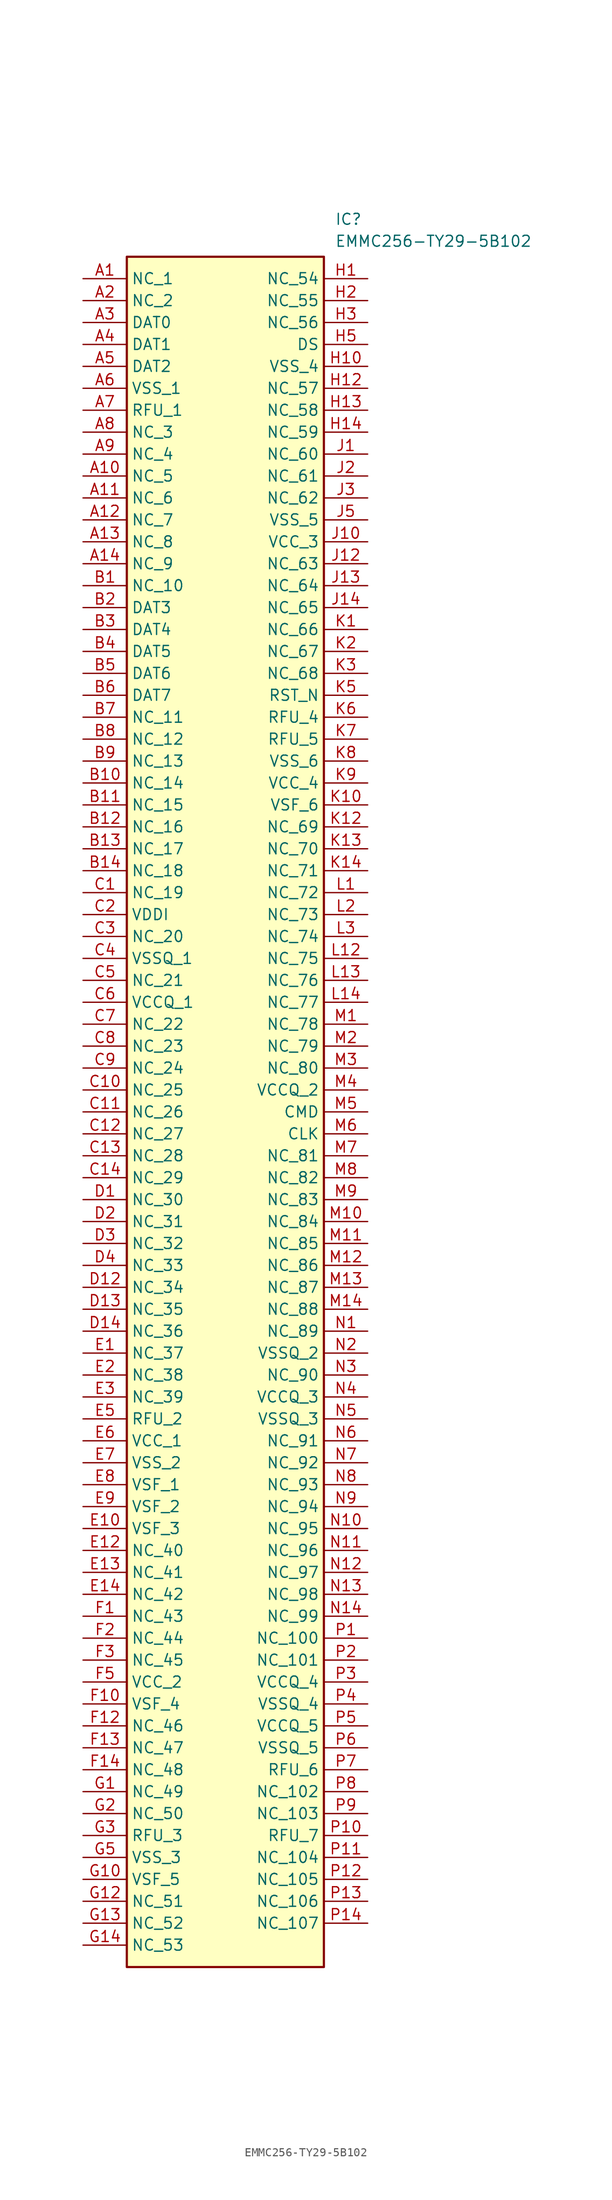
<source format=kicad_sym>
(kicad_symbol_lib
  (version 20211014)
  (generator SamacSys_ECAD_Model)
  (symbol "EMMC256-TY29-5B102"
    (property "Reference" "IC"
      (at 29.21 7.62 0)
      (effects (font (size 1.27 1.27)) (justify left top)))
    (property "Value" "EMMC256-TY29-5B102"
      (at 29.21 5.08 0)
      (effects (font (size 1.27 1.27)) (justify left top)))
    (rectangle
      (start 5.08 2.54)
      (end 27.94 -195.58)
      (stroke (width 0.254) (type default))
      (fill (type background)))
    (pin passive line
      (at 0 0 0)
      (length 5.08)
      (name "NC_1" (effects (font (size 1.27 1.27))))
      (number "A1" (effects (font (size 1.27 1.27)))))
    (pin passive line
      (at 0 -2.54 0)
      (length 5.08)
      (name "NC_2" (effects (font (size 1.27 1.27))))
      (number "A2" (effects (font (size 1.27 1.27)))))
    (pin passive line
      (at 0 -5.08 0)
      (length 5.08)
      (name "DAT0" (effects (font (size 1.27 1.27))))
      (number "A3" (effects (font (size 1.27 1.27)))))
    (pin passive line
      (at 0 -7.62 0)
      (length 5.08)
      (name "DAT1" (effects (font (size 1.27 1.27))))
      (number "A4" (effects (font (size 1.27 1.27)))))
    (pin passive line
      (at 0 -10.16 0)
      (length 5.08)
      (name "DAT2" (effects (font (size 1.27 1.27))))
      (number "A5" (effects (font (size 1.27 1.27)))))
    (pin passive line
      (at 0 -12.7 0)
      (length 5.08)
      (name "VSS_1" (effects (font (size 1.27 1.27))))
      (number "A6" (effects (font (size 1.27 1.27)))))
    (pin passive line
      (at 0 -15.24 0)
      (length 5.08)
      (name "RFU_1" (effects (font (size 1.27 1.27))))
      (number "A7" (effects (font (size 1.27 1.27)))))
    (pin passive line
      (at 0 -17.78 0)
      (length 5.08)
      (name "NC_3" (effects (font (size 1.27 1.27))))
      (number "A8" (effects (font (size 1.27 1.27)))))
    (pin passive line
      (at 0 -20.32 0)
      (length 5.08)
      (name "NC_4" (effects (font (size 1.27 1.27))))
      (number "A9" (effects (font (size 1.27 1.27)))))
    (pin passive line
      (at 0 -22.86 0)
      (length 5.08)
      (name "NC_5" (effects (font (size 1.27 1.27))))
      (number "A10" (effects (font (size 1.27 1.27)))))
    (pin passive line
      (at 0 -25.4 0)
      (length 5.08)
      (name "NC_6" (effects (font (size 1.27 1.27))))
      (number "A11" (effects (font (size 1.27 1.27)))))
    (pin passive line
      (at 0 -27.94 0)
      (length 5.08)
      (name "NC_7" (effects (font (size 1.27 1.27))))
      (number "A12" (effects (font (size 1.27 1.27)))))
    (pin passive line
      (at 0 -30.48 0)
      (length 5.08)
      (name "NC_8" (effects (font (size 1.27 1.27))))
      (number "A13" (effects (font (size 1.27 1.27)))))
    (pin passive line
      (at 0 -33.02 0)
      (length 5.08)
      (name "NC_9" (effects (font (size 1.27 1.27))))
      (number "A14" (effects (font (size 1.27 1.27)))))
    (pin passive line
      (at 0 -35.56 0)
      (length 5.08)
      (name "NC_10" (effects (font (size 1.27 1.27))))
      (number "B1" (effects (font (size 1.27 1.27)))))
    (pin passive line
      (at 0 -38.1 0)
      (length 5.08)
      (name "DAT3" (effects (font (size 1.27 1.27))))
      (number "B2" (effects (font (size 1.27 1.27)))))
    (pin passive line
      (at 0 -40.64 0)
      (length 5.08)
      (name "DAT4" (effects (font (size 1.27 1.27))))
      (number "B3" (effects (font (size 1.27 1.27)))))
    (pin passive line
      (at 0 -43.18 0)
      (length 5.08)
      (name "DAT5" (effects (font (size 1.27 1.27))))
      (number "B4" (effects (font (size 1.27 1.27)))))
    (pin passive line
      (at 0 -45.72 0)
      (length 5.08)
      (name "DAT6" (effects (font (size 1.27 1.27))))
      (number "B5" (effects (font (size 1.27 1.27)))))
    (pin passive line
      (at 0 -48.26 0)
      (length 5.08)
      (name "DAT7" (effects (font (size 1.27 1.27))))
      (number "B6" (effects (font (size 1.27 1.27)))))
    (pin passive line
      (at 0 -50.8 0)
      (length 5.08)
      (name "NC_11" (effects (font (size 1.27 1.27))))
      (number "B7" (effects (font (size 1.27 1.27)))))
    (pin passive line
      (at 0 -53.34 0)
      (length 5.08)
      (name "NC_12" (effects (font (size 1.27 1.27))))
      (number "B8" (effects (font (size 1.27 1.27)))))
    (pin passive line
      (at 0 -55.88 0)
      (length 5.08)
      (name "NC_13" (effects (font (size 1.27 1.27))))
      (number "B9" (effects (font (size 1.27 1.27)))))
    (pin passive line
      (at 0 -58.42 0)
      (length 5.08)
      (name "NC_14" (effects (font (size 1.27 1.27))))
      (number "B10" (effects (font (size 1.27 1.27)))))
    (pin passive line
      (at 0 -60.96 0)
      (length 5.08)
      (name "NC_15" (effects (font (size 1.27 1.27))))
      (number "B11" (effects (font (size 1.27 1.27)))))
    (pin passive line
      (at 0 -63.5 0)
      (length 5.08)
      (name "NC_16" (effects (font (size 1.27 1.27))))
      (number "B12" (effects (font (size 1.27 1.27)))))
    (pin passive line
      (at 0 -66.04 0)
      (length 5.08)
      (name "NC_17" (effects (font (size 1.27 1.27))))
      (number "B13" (effects (font (size 1.27 1.27)))))
    (pin passive line
      (at 0 -68.58 0)
      (length 5.08)
      (name "NC_18" (effects (font (size 1.27 1.27))))
      (number "B14" (effects (font (size 1.27 1.27)))))
    (pin passive line
      (at 0 -71.12 0)
      (length 5.08)
      (name "NC_19" (effects (font (size 1.27 1.27))))
      (number "C1" (effects (font (size 1.27 1.27)))))
    (pin passive line
      (at 0 -73.66 0)
      (length 5.08)
      (name "VDDI" (effects (font (size 1.27 1.27))))
      (number "C2" (effects (font (size 1.27 1.27)))))
    (pin passive line
      (at 0 -76.2 0)
      (length 5.08)
      (name "NC_20" (effects (font (size 1.27 1.27))))
      (number "C3" (effects (font (size 1.27 1.27)))))
    (pin passive line
      (at 0 -78.74 0)
      (length 5.08)
      (name "VSSQ_1" (effects (font (size 1.27 1.27))))
      (number "C4" (effects (font (size 1.27 1.27)))))
    (pin passive line
      (at 0 -81.28 0)
      (length 5.08)
      (name "NC_21" (effects (font (size 1.27 1.27))))
      (number "C5" (effects (font (size 1.27 1.27)))))
    (pin passive line
      (at 0 -83.82 0)
      (length 5.08)
      (name "VCCQ_1" (effects (font (size 1.27 1.27))))
      (number "C6" (effects (font (size 1.27 1.27)))))
    (pin passive line
      (at 0 -86.36 0)
      (length 5.08)
      (name "NC_22" (effects (font (size 1.27 1.27))))
      (number "C7" (effects (font (size 1.27 1.27)))))
    (pin passive line
      (at 0 -88.9 0)
      (length 5.08)
      (name "NC_23" (effects (font (size 1.27 1.27))))
      (number "C8" (effects (font (size 1.27 1.27)))))
    (pin passive line
      (at 0 -91.44 0)
      (length 5.08)
      (name "NC_24" (effects (font (size 1.27 1.27))))
      (number "C9" (effects (font (size 1.27 1.27)))))
    (pin passive line
      (at 0 -93.98 0)
      (length 5.08)
      (name "NC_25" (effects (font (size 1.27 1.27))))
      (number "C10" (effects (font (size 1.27 1.27)))))
    (pin passive line
      (at 0 -96.52 0)
      (length 5.08)
      (name "NC_26" (effects (font (size 1.27 1.27))))
      (number "C11" (effects (font (size 1.27 1.27)))))
    (pin passive line
      (at 0 -99.06 0)
      (length 5.08)
      (name "NC_27" (effects (font (size 1.27 1.27))))
      (number "C12" (effects (font (size 1.27 1.27)))))
    (pin passive line
      (at 0 -101.6 0)
      (length 5.08)
      (name "NC_28" (effects (font (size 1.27 1.27))))
      (number "C13" (effects (font (size 1.27 1.27)))))
    (pin passive line
      (at 0 -104.14 0)
      (length 5.08)
      (name "NC_29" (effects (font (size 1.27 1.27))))
      (number "C14" (effects (font (size 1.27 1.27)))))
    (pin passive line
      (at 0 -106.68 0)
      (length 5.08)
      (name "NC_30" (effects (font (size 1.27 1.27))))
      (number "D1" (effects (font (size 1.27 1.27)))))
    (pin passive line
      (at 0 -109.22 0)
      (length 5.08)
      (name "NC_31" (effects (font (size 1.27 1.27))))
      (number "D2" (effects (font (size 1.27 1.27)))))
    (pin passive line
      (at 0 -111.76 0)
      (length 5.08)
      (name "NC_32" (effects (font (size 1.27 1.27))))
      (number "D3" (effects (font (size 1.27 1.27)))))
    (pin passive line
      (at 0 -114.3 0)
      (length 5.08)
      (name "NC_33" (effects (font (size 1.27 1.27))))
      (number "D4" (effects (font (size 1.27 1.27)))))
    (pin passive line
      (at 0 -116.84 0)
      (length 5.08)
      (name "NC_34" (effects (font (size 1.27 1.27))))
      (number "D12" (effects (font (size 1.27 1.27)))))
    (pin passive line
      (at 0 -119.38 0)
      (length 5.08)
      (name "NC_35" (effects (font (size 1.27 1.27))))
      (number "D13" (effects (font (size 1.27 1.27)))))
    (pin passive line
      (at 0 -121.92 0)
      (length 5.08)
      (name "NC_36" (effects (font (size 1.27 1.27))))
      (number "D14" (effects (font (size 1.27 1.27)))))
    (pin passive line
      (at 0 -124.46 0)
      (length 5.08)
      (name "NC_37" (effects (font (size 1.27 1.27))))
      (number "E1" (effects (font (size 1.27 1.27)))))
    (pin passive line
      (at 0 -127 0)
      (length 5.08)
      (name "NC_38" (effects (font (size 1.27 1.27))))
      (number "E2" (effects (font (size 1.27 1.27)))))
    (pin passive line
      (at 0 -129.54 0)
      (length 5.08)
      (name "NC_39" (effects (font (size 1.27 1.27))))
      (number "E3" (effects (font (size 1.27 1.27)))))
    (pin passive line
      (at 0 -132.08 0)
      (length 5.08)
      (name "RFU_2" (effects (font (size 1.27 1.27))))
      (number "E5" (effects (font (size 1.27 1.27)))))
    (pin passive line
      (at 0 -134.62 0)
      (length 5.08)
      (name "VCC_1" (effects (font (size 1.27 1.27))))
      (number "E6" (effects (font (size 1.27 1.27)))))
    (pin passive line
      (at 0 -137.16 0)
      (length 5.08)
      (name "VSS_2" (effects (font (size 1.27 1.27))))
      (number "E7" (effects (font (size 1.27 1.27)))))
    (pin passive line
      (at 0 -139.7 0)
      (length 5.08)
      (name "VSF_1" (effects (font (size 1.27 1.27))))
      (number "E8" (effects (font (size 1.27 1.27)))))
    (pin passive line
      (at 0 -142.24 0)
      (length 5.08)
      (name "VSF_2" (effects (font (size 1.27 1.27))))
      (number "E9" (effects (font (size 1.27 1.27)))))
    (pin passive line
      (at 0 -144.78 0)
      (length 5.08)
      (name "VSF_3" (effects (font (size 1.27 1.27))))
      (number "E10" (effects (font (size 1.27 1.27)))))
    (pin passive line
      (at 0 -147.32 0)
      (length 5.08)
      (name "NC_40" (effects (font (size 1.27 1.27))))
      (number "E12" (effects (font (size 1.27 1.27)))))
    (pin passive line
      (at 0 -149.86 0)
      (length 5.08)
      (name "NC_41" (effects (font (size 1.27 1.27))))
      (number "E13" (effects (font (size 1.27 1.27)))))
    (pin passive line
      (at 0 -152.4 0)
      (length 5.08)
      (name "NC_42" (effects (font (size 1.27 1.27))))
      (number "E14" (effects (font (size 1.27 1.27)))))
    (pin passive line
      (at 0 -154.94 0)
      (length 5.08)
      (name "NC_43" (effects (font (size 1.27 1.27))))
      (number "F1" (effects (font (size 1.27 1.27)))))
    (pin passive line
      (at 0 -157.48 0)
      (length 5.08)
      (name "NC_44" (effects (font (size 1.27 1.27))))
      (number "F2" (effects (font (size 1.27 1.27)))))
    (pin passive line
      (at 0 -160.02 0)
      (length 5.08)
      (name "NC_45" (effects (font (size 1.27 1.27))))
      (number "F3" (effects (font (size 1.27 1.27)))))
    (pin passive line
      (at 0 -162.56 0)
      (length 5.08)
      (name "VCC_2" (effects (font (size 1.27 1.27))))
      (number "F5" (effects (font (size 1.27 1.27)))))
    (pin passive line
      (at 0 -165.1 0)
      (length 5.08)
      (name "VSF_4" (effects (font (size 1.27 1.27))))
      (number "F10" (effects (font (size 1.27 1.27)))))
    (pin passive line
      (at 0 -167.64 0)
      (length 5.08)
      (name "NC_46" (effects (font (size 1.27 1.27))))
      (number "F12" (effects (font (size 1.27 1.27)))))
    (pin passive line
      (at 0 -170.18 0)
      (length 5.08)
      (name "NC_47" (effects (font (size 1.27 1.27))))
      (number "F13" (effects (font (size 1.27 1.27)))))
    (pin passive line
      (at 0 -172.72 0)
      (length 5.08)
      (name "NC_48" (effects (font (size 1.27 1.27))))
      (number "F14" (effects (font (size 1.27 1.27)))))
    (pin passive line
      (at 0 -175.26 0)
      (length 5.08)
      (name "NC_49" (effects (font (size 1.27 1.27))))
      (number "G1" (effects (font (size 1.27 1.27)))))
    (pin passive line
      (at 0 -177.8 0)
      (length 5.08)
      (name "NC_50" (effects (font (size 1.27 1.27))))
      (number "G2" (effects (font (size 1.27 1.27)))))
    (pin passive line
      (at 0 -180.34 0)
      (length 5.08)
      (name "RFU_3" (effects (font (size 1.27 1.27))))
      (number "G3" (effects (font (size 1.27 1.27)))))
    (pin passive line
      (at 0 -182.88 0)
      (length 5.08)
      (name "VSS_3" (effects (font (size 1.27 1.27))))
      (number "G5" (effects (font (size 1.27 1.27)))))
    (pin passive line
      (at 0 -185.42 0)
      (length 5.08)
      (name "VSF_5" (effects (font (size 1.27 1.27))))
      (number "G10" (effects (font (size 1.27 1.27)))))
    (pin passive line
      (at 0 -187.96 0)
      (length 5.08)
      (name "NC_51" (effects (font (size 1.27 1.27))))
      (number "G12" (effects (font (size 1.27 1.27)))))
    (pin passive line
      (at 0 -190.5 0)
      (length 5.08)
      (name "NC_52" (effects (font (size 1.27 1.27))))
      (number "G13" (effects (font (size 1.27 1.27)))))
    (pin passive line
      (at 0 -193.04 0)
      (length 5.08)
      (name "NC_53" (effects (font (size 1.27 1.27))))
      (number "G14" (effects (font (size 1.27 1.27)))))
    (pin passive line
      (at 33.02 0 180)
      (length 5.08)
      (name "NC_54" (effects (font (size 1.27 1.27))))
      (number "H1" (effects (font (size 1.27 1.27)))))
    (pin passive line
      (at 33.02 -2.54 180)
      (length 5.08)
      (name "NC_55" (effects (font (size 1.27 1.27))))
      (number "H2" (effects (font (size 1.27 1.27)))))
    (pin passive line
      (at 33.02 -5.08 180)
      (length 5.08)
      (name "NC_56" (effects (font (size 1.27 1.27))))
      (number "H3" (effects (font (size 1.27 1.27)))))
    (pin passive line
      (at 33.02 -7.62 180)
      (length 5.08)
      (name "DS" (effects (font (size 1.27 1.27))))
      (number "H5" (effects (font (size 1.27 1.27)))))
    (pin passive line
      (at 33.02 -10.16 180)
      (length 5.08)
      (name "VSS_4" (effects (font (size 1.27 1.27))))
      (number "H10" (effects (font (size 1.27 1.27)))))
    (pin passive line
      (at 33.02 -12.7 180)
      (length 5.08)
      (name "NC_57" (effects (font (size 1.27 1.27))))
      (number "H12" (effects (font (size 1.27 1.27)))))
    (pin passive line
      (at 33.02 -15.24 180)
      (length 5.08)
      (name "NC_58" (effects (font (size 1.27 1.27))))
      (number "H13" (effects (font (size 1.27 1.27)))))
    (pin passive line
      (at 33.02 -17.78 180)
      (length 5.08)
      (name "NC_59" (effects (font (size 1.27 1.27))))
      (number "H14" (effects (font (size 1.27 1.27)))))
    (pin passive line
      (at 33.02 -20.32 180)
      (length 5.08)
      (name "NC_60" (effects (font (size 1.27 1.27))))
      (number "J1" (effects (font (size 1.27 1.27)))))
    (pin passive line
      (at 33.02 -22.86 180)
      (length 5.08)
      (name "NC_61" (effects (font (size 1.27 1.27))))
      (number "J2" (effects (font (size 1.27 1.27)))))
    (pin passive line
      (at 33.02 -25.4 180)
      (length 5.08)
      (name "NC_62" (effects (font (size 1.27 1.27))))
      (number "J3" (effects (font (size 1.27 1.27)))))
    (pin passive line
      (at 33.02 -27.94 180)
      (length 5.08)
      (name "VSS_5" (effects (font (size 1.27 1.27))))
      (number "J5" (effects (font (size 1.27 1.27)))))
    (pin passive line
      (at 33.02 -30.48 180)
      (length 5.08)
      (name "VCC_3" (effects (font (size 1.27 1.27))))
      (number "J10" (effects (font (size 1.27 1.27)))))
    (pin passive line
      (at 33.02 -33.02 180)
      (length 5.08)
      (name "NC_63" (effects (font (size 1.27 1.27))))
      (number "J12" (effects (font (size 1.27 1.27)))))
    (pin passive line
      (at 33.02 -35.56 180)
      (length 5.08)
      (name "NC_64" (effects (font (size 1.27 1.27))))
      (number "J13" (effects (font (size 1.27 1.27)))))
    (pin passive line
      (at 33.02 -38.1 180)
      (length 5.08)
      (name "NC_65" (effects (font (size 1.27 1.27))))
      (number "J14" (effects (font (size 1.27 1.27)))))
    (pin passive line
      (at 33.02 -40.64 180)
      (length 5.08)
      (name "NC_66" (effects (font (size 1.27 1.27))))
      (number "K1" (effects (font (size 1.27 1.27)))))
    (pin passive line
      (at 33.02 -43.18 180)
      (length 5.08)
      (name "NC_67" (effects (font (size 1.27 1.27))))
      (number "K2" (effects (font (size 1.27 1.27)))))
    (pin passive line
      (at 33.02 -45.72 180)
      (length 5.08)
      (name "NC_68" (effects (font (size 1.27 1.27))))
      (number "K3" (effects (font (size 1.27 1.27)))))
    (pin passive line
      (at 33.02 -48.26 180)
      (length 5.08)
      (name "RST_N" (effects (font (size 1.27 1.27))))
      (number "K5" (effects (font (size 1.27 1.27)))))
    (pin passive line
      (at 33.02 -50.8 180)
      (length 5.08)
      (name "RFU_4" (effects (font (size 1.27 1.27))))
      (number "K6" (effects (font (size 1.27 1.27)))))
    (pin passive line
      (at 33.02 -53.34 180)
      (length 5.08)
      (name "RFU_5" (effects (font (size 1.27 1.27))))
      (number "K7" (effects (font (size 1.27 1.27)))))
    (pin passive line
      (at 33.02 -55.88 180)
      (length 5.08)
      (name "VSS_6" (effects (font (size 1.27 1.27))))
      (number "K8" (effects (font (size 1.27 1.27)))))
    (pin passive line
      (at 33.02 -58.42 180)
      (length 5.08)
      (name "VCC_4" (effects (font (size 1.27 1.27))))
      (number "K9" (effects (font (size 1.27 1.27)))))
    (pin passive line
      (at 33.02 -60.96 180)
      (length 5.08)
      (name "VSF_6" (effects (font (size 1.27 1.27))))
      (number "K10" (effects (font (size 1.27 1.27)))))
    (pin passive line
      (at 33.02 -63.5 180)
      (length 5.08)
      (name "NC_69" (effects (font (size 1.27 1.27))))
      (number "K12" (effects (font (size 1.27 1.27)))))
    (pin passive line
      (at 33.02 -66.04 180)
      (length 5.08)
      (name "NC_70" (effects (font (size 1.27 1.27))))
      (number "K13" (effects (font (size 1.27 1.27)))))
    (pin passive line
      (at 33.02 -68.58 180)
      (length 5.08)
      (name "NC_71" (effects (font (size 1.27 1.27))))
      (number "K14" (effects (font (size 1.27 1.27)))))
    (pin passive line
      (at 33.02 -71.12 180)
      (length 5.08)
      (name "NC_72" (effects (font (size 1.27 1.27))))
      (number "L1" (effects (font (size 1.27 1.27)))))
    (pin passive line
      (at 33.02 -73.66 180)
      (length 5.08)
      (name "NC_73" (effects (font (size 1.27 1.27))))
      (number "L2" (effects (font (size 1.27 1.27)))))
    (pin passive line
      (at 33.02 -76.2 180)
      (length 5.08)
      (name "NC_74" (effects (font (size 1.27 1.27))))
      (number "L3" (effects (font (size 1.27 1.27)))))
    (pin passive line
      (at 33.02 -78.74 180)
      (length 5.08)
      (name "NC_75" (effects (font (size 1.27 1.27))))
      (number "L12" (effects (font (size 1.27 1.27)))))
    (pin passive line
      (at 33.02 -81.28 180)
      (length 5.08)
      (name "NC_76" (effects (font (size 1.27 1.27))))
      (number "L13" (effects (font (size 1.27 1.27)))))
    (pin passive line
      (at 33.02 -83.82 180)
      (length 5.08)
      (name "NC_77" (effects (font (size 1.27 1.27))))
      (number "L14" (effects (font (size 1.27 1.27)))))
    (pin passive line
      (at 33.02 -86.36 180)
      (length 5.08)
      (name "NC_78" (effects (font (size 1.27 1.27))))
      (number "M1" (effects (font (size 1.27 1.27)))))
    (pin passive line
      (at 33.02 -88.9 180)
      (length 5.08)
      (name "NC_79" (effects (font (size 1.27 1.27))))
      (number "M2" (effects (font (size 1.27 1.27)))))
    (pin passive line
      (at 33.02 -91.44 180)
      (length 5.08)
      (name "NC_80" (effects (font (size 1.27 1.27))))
      (number "M3" (effects (font (size 1.27 1.27)))))
    (pin passive line
      (at 33.02 -93.98 180)
      (length 5.08)
      (name "VCCQ_2" (effects (font (size 1.27 1.27))))
      (number "M4" (effects (font (size 1.27 1.27)))))
    (pin passive line
      (at 33.02 -96.52 180)
      (length 5.08)
      (name "CMD" (effects (font (size 1.27 1.27))))
      (number "M5" (effects (font (size 1.27 1.27)))))
    (pin passive line
      (at 33.02 -99.06 180)
      (length 5.08)
      (name "CLK" (effects (font (size 1.27 1.27))))
      (number "M6" (effects (font (size 1.27 1.27)))))
    (pin passive line
      (at 33.02 -101.6 180)
      (length 5.08)
      (name "NC_81" (effects (font (size 1.27 1.27))))
      (number "M7" (effects (font (size 1.27 1.27)))))
    (pin passive line
      (at 33.02 -104.14 180)
      (length 5.08)
      (name "NC_82" (effects (font (size 1.27 1.27))))
      (number "M8" (effects (font (size 1.27 1.27)))))
    (pin passive line
      (at 33.02 -106.68 180)
      (length 5.08)
      (name "NC_83" (effects (font (size 1.27 1.27))))
      (number "M9" (effects (font (size 1.27 1.27)))))
    (pin passive line
      (at 33.02 -109.22 180)
      (length 5.08)
      (name "NC_84" (effects (font (size 1.27 1.27))))
      (number "M10" (effects (font (size 1.27 1.27)))))
    (pin passive line
      (at 33.02 -111.76 180)
      (length 5.08)
      (name "NC_85" (effects (font (size 1.27 1.27))))
      (number "M11" (effects (font (size 1.27 1.27)))))
    (pin passive line
      (at 33.02 -114.3 180)
      (length 5.08)
      (name "NC_86" (effects (font (size 1.27 1.27))))
      (number "M12" (effects (font (size 1.27 1.27)))))
    (pin passive line
      (at 33.02 -116.84 180)
      (length 5.08)
      (name "NC_87" (effects (font (size 1.27 1.27))))
      (number "M13" (effects (font (size 1.27 1.27)))))
    (pin passive line
      (at 33.02 -119.38 180)
      (length 5.08)
      (name "NC_88" (effects (font (size 1.27 1.27))))
      (number "M14" (effects (font (size 1.27 1.27)))))
    (pin passive line
      (at 33.02 -121.92 180)
      (length 5.08)
      (name "NC_89" (effects (font (size 1.27 1.27))))
      (number "N1" (effects (font (size 1.27 1.27)))))
    (pin passive line
      (at 33.02 -124.46 180)
      (length 5.08)
      (name "VSSQ_2" (effects (font (size 1.27 1.27))))
      (number "N2" (effects (font (size 1.27 1.27)))))
    (pin passive line
      (at 33.02 -127 180)
      (length 5.08)
      (name "NC_90" (effects (font (size 1.27 1.27))))
      (number "N3" (effects (font (size 1.27 1.27)))))
    (pin passive line
      (at 33.02 -129.54 180)
      (length 5.08)
      (name "VCCQ_3" (effects (font (size 1.27 1.27))))
      (number "N4" (effects (font (size 1.27 1.27)))))
    (pin passive line
      (at 33.02 -132.08 180)
      (length 5.08)
      (name "VSSQ_3" (effects (font (size 1.27 1.27))))
      (number "N5" (effects (font (size 1.27 1.27)))))
    (pin passive line
      (at 33.02 -134.62 180)
      (length 5.08)
      (name "NC_91" (effects (font (size 1.27 1.27))))
      (number "N6" (effects (font (size 1.27 1.27)))))
    (pin passive line
      (at 33.02 -137.16 180)
      (length 5.08)
      (name "NC_92" (effects (font (size 1.27 1.27))))
      (number "N7" (effects (font (size 1.27 1.27)))))
    (pin passive line
      (at 33.02 -139.7 180)
      (length 5.08)
      (name "NC_93" (effects (font (size 1.27 1.27))))
      (number "N8" (effects (font (size 1.27 1.27)))))
    (pin passive line
      (at 33.02 -142.24 180)
      (length 5.08)
      (name "NC_94" (effects (font (size 1.27 1.27))))
      (number "N9" (effects (font (size 1.27 1.27)))))
    (pin passive line
      (at 33.02 -144.78 180)
      (length 5.08)
      (name "NC_95" (effects (font (size 1.27 1.27))))
      (number "N10" (effects (font (size 1.27 1.27)))))
    (pin passive line
      (at 33.02 -147.32 180)
      (length 5.08)
      (name "NC_96" (effects (font (size 1.27 1.27))))
      (number "N11" (effects (font (size 1.27 1.27)))))
    (pin passive line
      (at 33.02 -149.86 180)
      (length 5.08)
      (name "NC_97" (effects (font (size 1.27 1.27))))
      (number "N12" (effects (font (size 1.27 1.27)))))
    (pin passive line
      (at 33.02 -152.4 180)
      (length 5.08)
      (name "NC_98" (effects (font (size 1.27 1.27))))
      (number "N13" (effects (font (size 1.27 1.27)))))
    (pin passive line
      (at 33.02 -154.94 180)
      (length 5.08)
      (name "NC_99" (effects (font (size 1.27 1.27))))
      (number "N14" (effects (font (size 1.27 1.27)))))
    (pin passive line
      (at 33.02 -157.48 180)
      (length 5.08)
      (name "NC_100" (effects (font (size 1.27 1.27))))
      (number "P1" (effects (font (size 1.27 1.27)))))
    (pin passive line
      (at 33.02 -160.02 180)
      (length 5.08)
      (name "NC_101" (effects (font (size 1.27 1.27))))
      (number "P2" (effects (font (size 1.27 1.27)))))
    (pin passive line
      (at 33.02 -162.56 180)
      (length 5.08)
      (name "VCCQ_4" (effects (font (size 1.27 1.27))))
      (number "P3" (effects (font (size 1.27 1.27)))))
    (pin passive line
      (at 33.02 -165.1 180)
      (length 5.08)
      (name "VSSQ_4" (effects (font (size 1.27 1.27))))
      (number "P4" (effects (font (size 1.27 1.27)))))
    (pin passive line
      (at 33.02 -167.64 180)
      (length 5.08)
      (name "VCCQ_5" (effects (font (size 1.27 1.27))))
      (number "P5" (effects (font (size 1.27 1.27)))))
    (pin passive line
      (at 33.02 -170.18 180)
      (length 5.08)
      (name "VSSQ_5" (effects (font (size 1.27 1.27))))
      (number "P6" (effects (font (size 1.27 1.27)))))
    (pin passive line
      (at 33.02 -172.72 180)
      (length 5.08)
      (name "RFU_6" (effects (font (size 1.27 1.27))))
      (number "P7" (effects (font (size 1.27 1.27)))))
    (pin passive line
      (at 33.02 -175.26 180)
      (length 5.08)
      (name "NC_102" (effects (font (size 1.27 1.27))))
      (number "P8" (effects (font (size 1.27 1.27)))))
    (pin passive line
      (at 33.02 -177.8 180)
      (length 5.08)
      (name "NC_103" (effects (font (size 1.27 1.27))))
      (number "P9" (effects (font (size 1.27 1.27)))))
    (pin passive line
      (at 33.02 -180.34 180)
      (length 5.08)
      (name "RFU_7" (effects (font (size 1.27 1.27))))
      (number "P10" (effects (font (size 1.27 1.27)))))
    (pin passive line
      (at 33.02 -182.88 180)
      (length 5.08)
      (name "NC_104" (effects (font (size 1.27 1.27))))
      (number "P11" (effects (font (size 1.27 1.27)))))
    (pin passive line
      (at 33.02 -185.42 180)
      (length 5.08)
      (name "NC_105" (effects (font (size 1.27 1.27))))
      (number "P12" (effects (font (size 1.27 1.27)))))
    (pin passive line
      (at 33.02 -187.96 180)
      (length 5.08)
      (name "NC_106" (effects (font (size 1.27 1.27))))
      (number "P13" (effects (font (size 1.27 1.27)))))
    (pin passive line
      (at 33.02 -190.5 180)
      (length 5.08)
      (name "NC_107" (effects (font (size 1.27 1.27))))
      (number "P14" (effects (font (size 1.27 1.27)))))))
</source>
